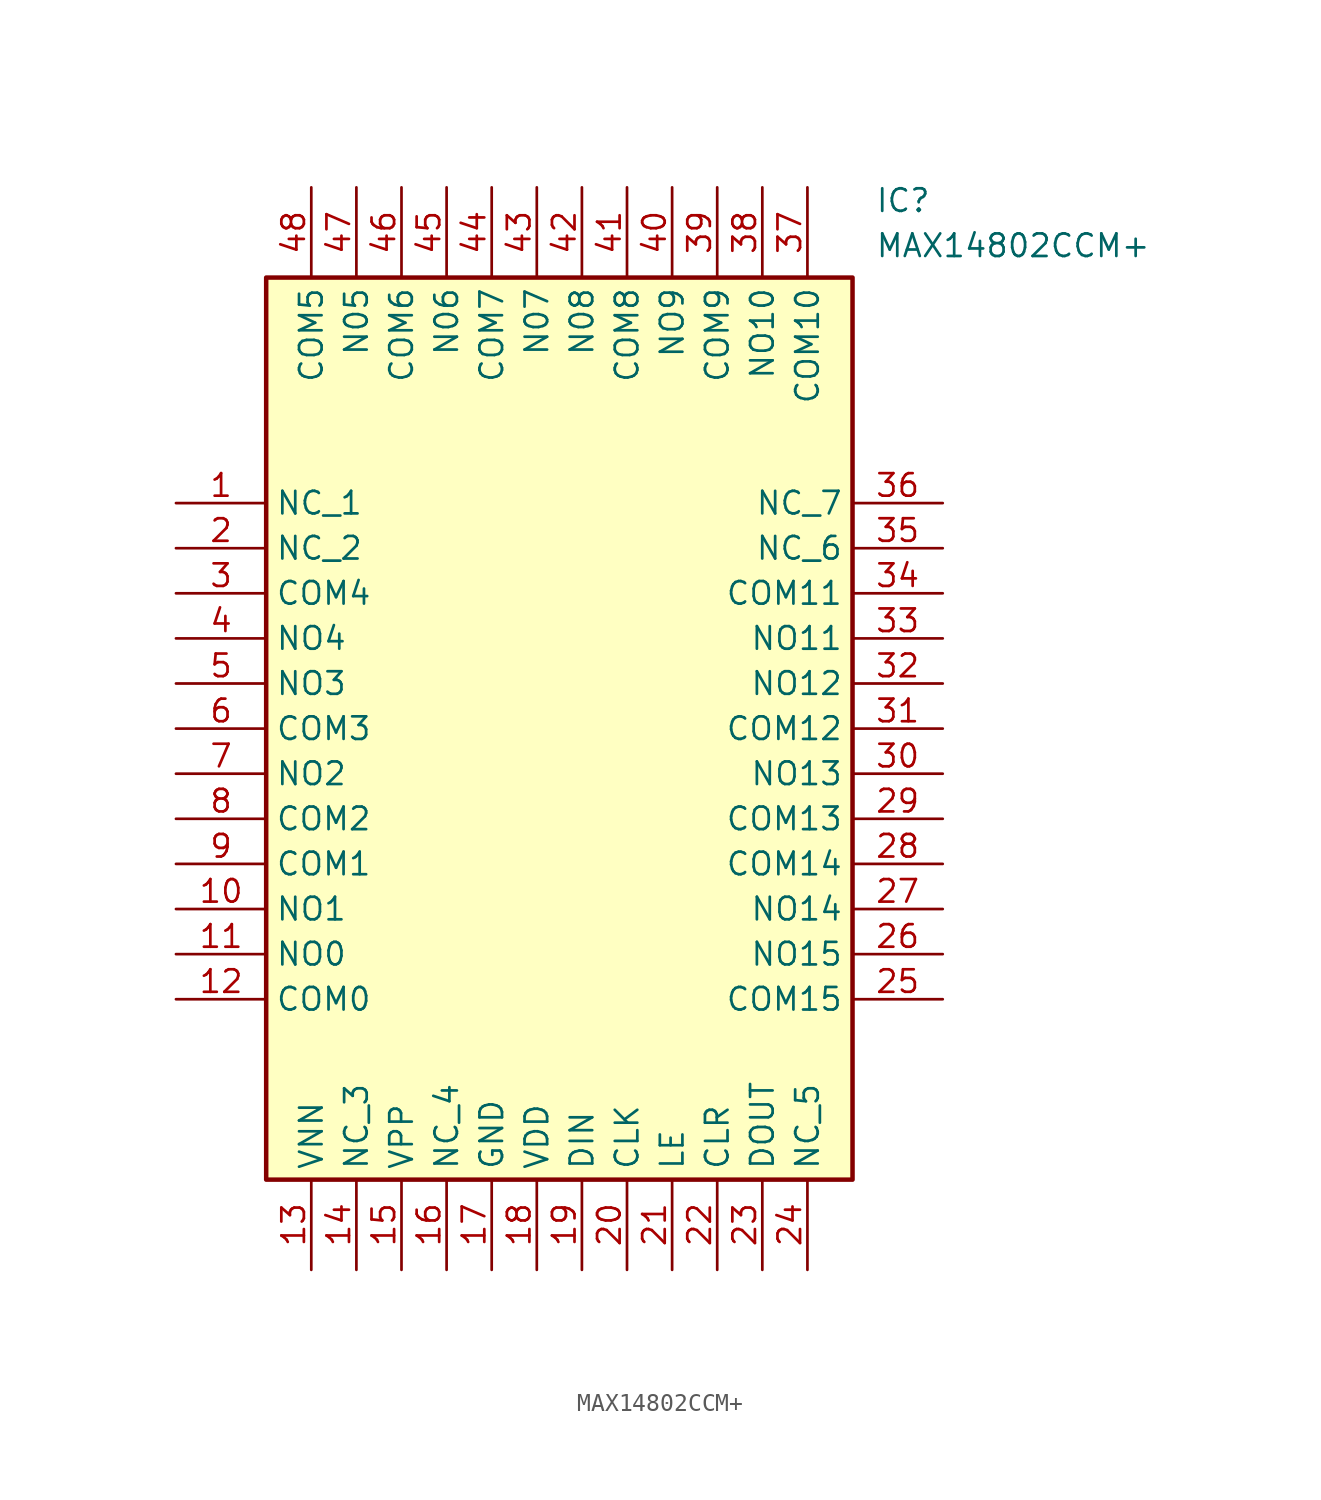
<source format=kicad_sym>
(kicad_symbol_lib
  (version 20211014)
  (generator SamacSys_ECAD_Model)
  (symbol "MAX14802CCM+"
    (property "Reference" "IC"
      (at 39.37 17.78 0)
      (effects (font (size 1.27 1.27)) (justify left top)))
    (property "Value" "MAX14802CCM+"
      (at 39.37 15.24 0)
      (effects (font (size 1.27 1.27)) (justify left top)))
    (rectangle
      (start 5.08 12.7)
      (end 38.1 -38.1)
      (stroke (width 0.254) (type default))
      (fill (type background)))
    (pin passive line
      (at 0 0 0)
      (length 5.08)
      (name "NC_1" (effects (font (size 1.27 1.27))))
      (number "1" (effects (font (size 1.27 1.27)))))
    (pin passive line
      (at 0 -2.54 0)
      (length 5.08)
      (name "NC_2" (effects (font (size 1.27 1.27))))
      (number "2" (effects (font (size 1.27 1.27)))))
    (pin bidirectional line
      (at 0 -5.08 0)
      (length 5.08)
      (name "COM4" (effects (font (size 1.27 1.27))))
      (number "3" (effects (font (size 1.27 1.27)))))
    (pin bidirectional line
      (at 0 -7.62 0)
      (length 5.08)
      (name "NO4" (effects (font (size 1.27 1.27))))
      (number "4" (effects (font (size 1.27 1.27)))))
    (pin bidirectional line
      (at 0 -10.16 0)
      (length 5.08)
      (name "NO3" (effects (font (size 1.27 1.27))))
      (number "5" (effects (font (size 1.27 1.27)))))
    (pin bidirectional line
      (at 0 -12.7 0)
      (length 5.08)
      (name "COM3" (effects (font (size 1.27 1.27))))
      (number "6" (effects (font (size 1.27 1.27)))))
    (pin bidirectional line
      (at 0 -15.24 0)
      (length 5.08)
      (name "NO2" (effects (font (size 1.27 1.27))))
      (number "7" (effects (font (size 1.27 1.27)))))
    (pin bidirectional line
      (at 0 -17.78 0)
      (length 5.08)
      (name "COM2" (effects (font (size 1.27 1.27))))
      (number "8" (effects (font (size 1.27 1.27)))))
    (pin bidirectional line
      (at 0 -20.32 0)
      (length 5.08)
      (name "COM1" (effects (font (size 1.27 1.27))))
      (number "9" (effects (font (size 1.27 1.27)))))
    (pin bidirectional line
      (at 0 -22.86 0)
      (length 5.08)
      (name "NO1" (effects (font (size 1.27 1.27))))
      (number "10" (effects (font (size 1.27 1.27)))))
    (pin bidirectional line
      (at 0 -25.4 0)
      (length 5.08)
      (name "NO0" (effects (font (size 1.27 1.27))))
      (number "11" (effects (font (size 1.27 1.27)))))
    (pin bidirectional line
      (at 0 -27.94 0)
      (length 5.08)
      (name "COM0" (effects (font (size 1.27 1.27))))
      (number "12" (effects (font (size 1.27 1.27)))))
    (pin power_in line
      (at 7.62 -43.18 90)
      (length 5.08)
      (name "VNN" (effects (font (size 1.27 1.27))))
      (number "13" (effects (font (size 1.27 1.27)))))
    (pin passive line
      (at 10.16 -43.18 90)
      (length 5.08)
      (name "NC_3" (effects (font (size 1.27 1.27))))
      (number "14" (effects (font (size 1.27 1.27)))))
    (pin power_in line
      (at 12.7 -43.18 90)
      (length 5.08)
      (name "VPP" (effects (font (size 1.27 1.27))))
      (number "15" (effects (font (size 1.27 1.27)))))
    (pin passive line
      (at 15.24 -43.18 90)
      (length 5.08)
      (name "NC_4" (effects (font (size 1.27 1.27))))
      (number "16" (effects (font (size 1.27 1.27)))))
    (pin power_in line
      (at 17.78 -43.18 90)
      (length 5.08)
      (name "GND" (effects (font (size 1.27 1.27))))
      (number "17" (effects (font (size 1.27 1.27)))))
    (pin power_in line
      (at 20.32 -43.18 90)
      (length 5.08)
      (name "VDD" (effects (font (size 1.27 1.27))))
      (number "18" (effects (font (size 1.27 1.27)))))
    (pin input line
      (at 22.86 -43.18 90)
      (length 5.08)
      (name "DIN" (effects (font (size 1.27 1.27))))
      (number "19" (effects (font (size 1.27 1.27)))))
    (pin input line
      (at 25.4 -43.18 90)
      (length 5.08)
      (name "CLK" (effects (font (size 1.27 1.27))))
      (number "20" (effects (font (size 1.27 1.27)))))
    (pin input line
      (at 27.94 -43.18 90)
      (length 5.08)
      (name "LE" (effects (font (size 1.27 1.27))))
      (number "21" (effects (font (size 1.27 1.27)))))
    (pin input line
      (at 30.48 -43.18 90)
      (length 5.08)
      (name "CLR" (effects (font (size 1.27 1.27))))
      (number "22" (effects (font (size 1.27 1.27)))))
    (pin output line
      (at 33.02 -43.18 90)
      (length 5.08)
      (name "DOUT" (effects (font (size 1.27 1.27))))
      (number "23" (effects (font (size 1.27 1.27)))))
    (pin passive line
      (at 35.56 -43.18 90)
      (length 5.08)
      (name "NC_5" (effects (font (size 1.27 1.27))))
      (number "24" (effects (font (size 1.27 1.27)))))
    (pin passive line
      (at 43.18 0 180)
      (length 5.08)
      (name "NC_7" (effects (font (size 1.27 1.27))))
      (number "36" (effects (font (size 1.27 1.27)))))
    (pin passive line
      (at 43.18 -2.54 180)
      (length 5.08)
      (name "NC_6" (effects (font (size 1.27 1.27))))
      (number "35" (effects (font (size 1.27 1.27)))))
    (pin bidirectional line
      (at 43.18 -5.08 180)
      (length 5.08)
      (name "COM11" (effects (font (size 1.27 1.27))))
      (number "34" (effects (font (size 1.27 1.27)))))
    (pin bidirectional line
      (at 43.18 -7.62 180)
      (length 5.08)
      (name "NO11" (effects (font (size 1.27 1.27))))
      (number "33" (effects (font (size 1.27 1.27)))))
    (pin bidirectional line
      (at 43.18 -10.16 180)
      (length 5.08)
      (name "NO12" (effects (font (size 1.27 1.27))))
      (number "32" (effects (font (size 1.27 1.27)))))
    (pin bidirectional line
      (at 43.18 -12.7 180)
      (length 5.08)
      (name "COM12" (effects (font (size 1.27 1.27))))
      (number "31" (effects (font (size 1.27 1.27)))))
    (pin bidirectional line
      (at 43.18 -15.24 180)
      (length 5.08)
      (name "NO13" (effects (font (size 1.27 1.27))))
      (number "30" (effects (font (size 1.27 1.27)))))
    (pin bidirectional line
      (at 43.18 -17.78 180)
      (length 5.08)
      (name "COM13" (effects (font (size 1.27 1.27))))
      (number "29" (effects (font (size 1.27 1.27)))))
    (pin bidirectional line
      (at 43.18 -20.32 180)
      (length 5.08)
      (name "COM14" (effects (font (size 1.27 1.27))))
      (number "28" (effects (font (size 1.27 1.27)))))
    (pin bidirectional line
      (at 43.18 -22.86 180)
      (length 5.08)
      (name "NO14" (effects (font (size 1.27 1.27))))
      (number "27" (effects (font (size 1.27 1.27)))))
    (pin bidirectional line
      (at 43.18 -25.4 180)
      (length 5.08)
      (name "NO15" (effects (font (size 1.27 1.27))))
      (number "26" (effects (font (size 1.27 1.27)))))
    (pin bidirectional line
      (at 43.18 -27.94 180)
      (length 5.08)
      (name "COM15" (effects (font (size 1.27 1.27))))
      (number "25" (effects (font (size 1.27 1.27)))))
    (pin passive line
      (at 7.62 17.78 270)
      (length 5.08)
      (name "COM5" (effects (font (size 1.27 1.27))))
      (number "48" (effects (font (size 1.27 1.27)))))
    (pin passive line
      (at 10.16 17.78 270)
      (length 5.08)
      (name "N05" (effects (font (size 1.27 1.27))))
      (number "47" (effects (font (size 1.27 1.27)))))
    (pin passive line
      (at 12.7 17.78 270)
      (length 5.08)
      (name "COM6" (effects (font (size 1.27 1.27))))
      (number "46" (effects (font (size 1.27 1.27)))))
    (pin passive line
      (at 15.24 17.78 270)
      (length 5.08)
      (name "N06" (effects (font (size 1.27 1.27))))
      (number "45" (effects (font (size 1.27 1.27)))))
    (pin passive line
      (at 17.78 17.78 270)
      (length 5.08)
      (name "COM7" (effects (font (size 1.27 1.27))))
      (number "44" (effects (font (size 1.27 1.27)))))
    (pin passive line
      (at 20.32 17.78 270)
      (length 5.08)
      (name "N07" (effects (font (size 1.27 1.27))))
      (number "43" (effects (font (size 1.27 1.27)))))
    (pin passive line
      (at 22.86 17.78 270)
      (length 5.08)
      (name "N08" (effects (font (size 1.27 1.27))))
      (number "42" (effects (font (size 1.27 1.27)))))
    (pin passive line
      (at 25.4 17.78 270)
      (length 5.08)
      (name "COM8" (effects (font (size 1.27 1.27))))
      (number "41" (effects (font (size 1.27 1.27)))))
    (pin passive line
      (at 27.94 17.78 270)
      (length 5.08)
      (name "NO9" (effects (font (size 1.27 1.27))))
      (number "40" (effects (font (size 1.27 1.27)))))
    (pin passive line
      (at 30.48 17.78 270)
      (length 5.08)
      (name "COM9" (effects (font (size 1.27 1.27))))
      (number "39" (effects (font (size 1.27 1.27)))))
    (pin passive line
      (at 33.02 17.78 270)
      (length 5.08)
      (name "NO10" (effects (font (size 1.27 1.27))))
      (number "38" (effects (font (size 1.27 1.27)))))
    (pin passive line
      (at 35.56 17.78 270)
      (length 5.08)
      (name "COM10" (effects (font (size 1.27 1.27))))
      (number "37" (effects (font (size 1.27 1.27)))))))
</source>
